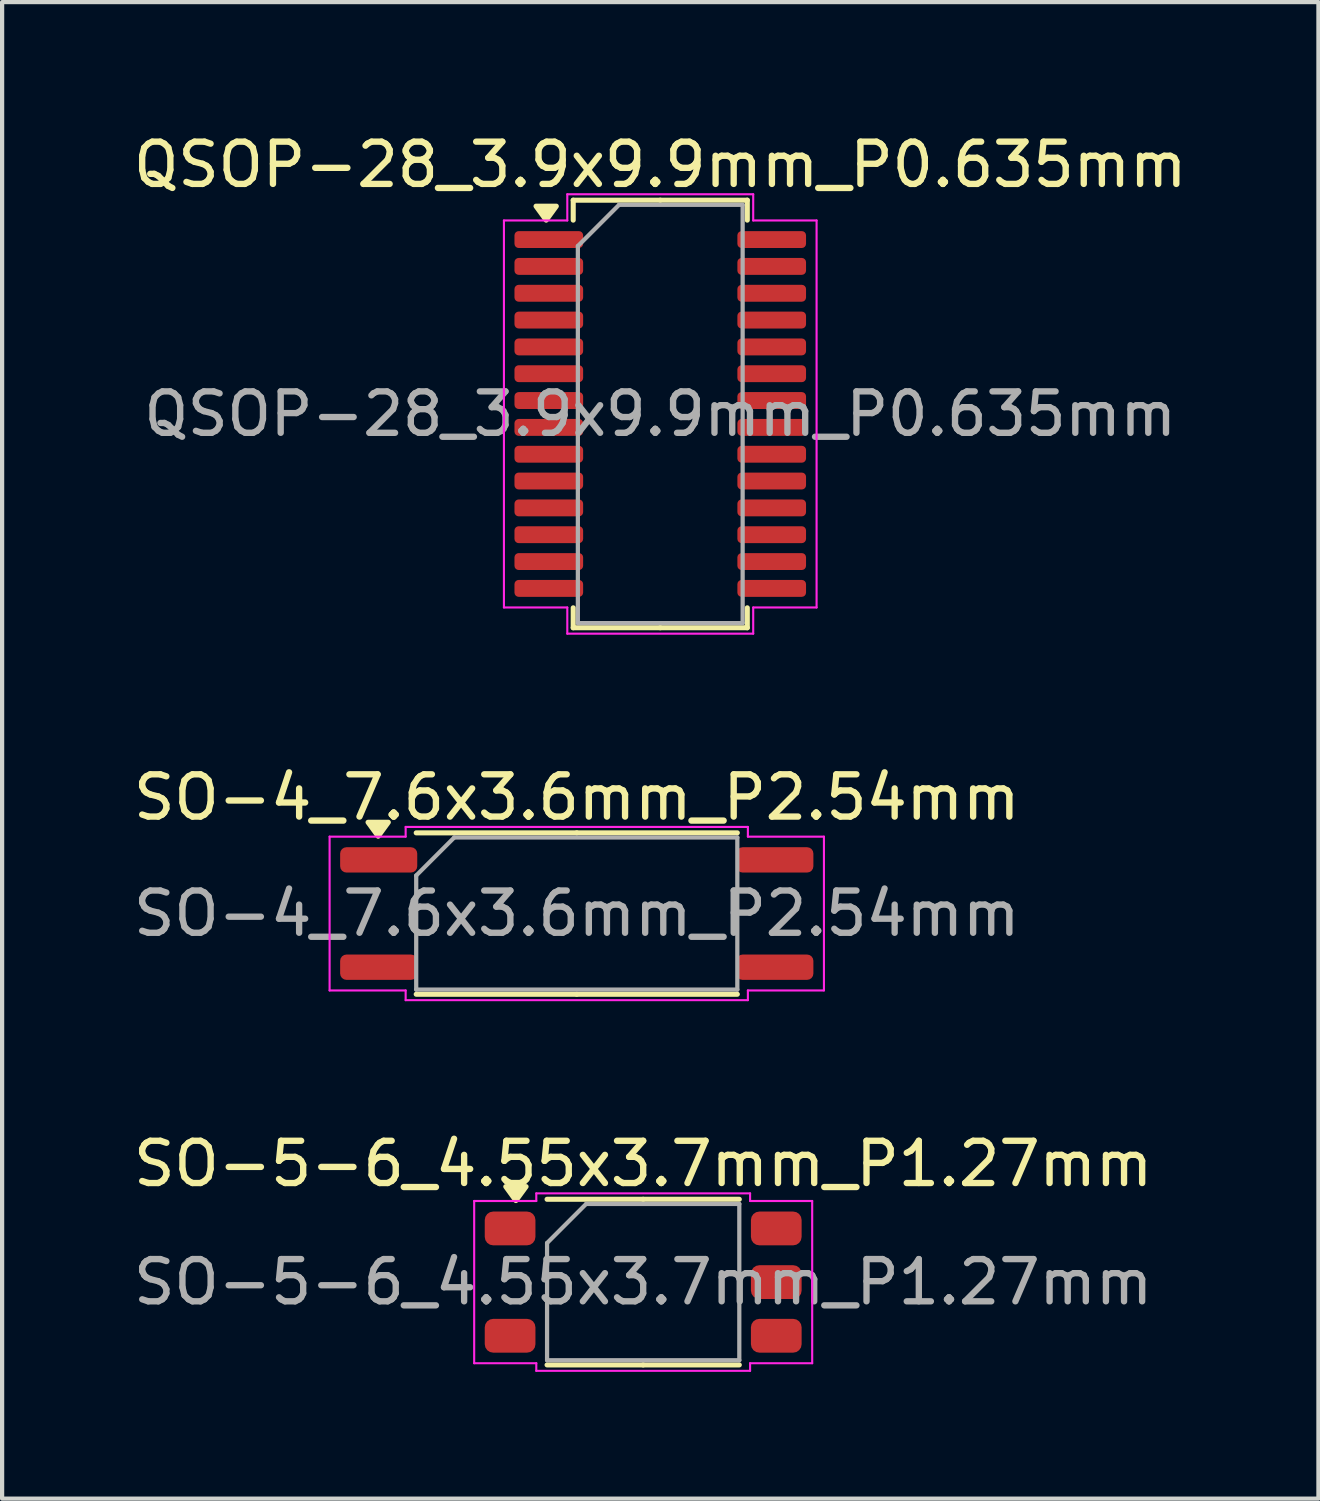
<source format=kicad_pcb>
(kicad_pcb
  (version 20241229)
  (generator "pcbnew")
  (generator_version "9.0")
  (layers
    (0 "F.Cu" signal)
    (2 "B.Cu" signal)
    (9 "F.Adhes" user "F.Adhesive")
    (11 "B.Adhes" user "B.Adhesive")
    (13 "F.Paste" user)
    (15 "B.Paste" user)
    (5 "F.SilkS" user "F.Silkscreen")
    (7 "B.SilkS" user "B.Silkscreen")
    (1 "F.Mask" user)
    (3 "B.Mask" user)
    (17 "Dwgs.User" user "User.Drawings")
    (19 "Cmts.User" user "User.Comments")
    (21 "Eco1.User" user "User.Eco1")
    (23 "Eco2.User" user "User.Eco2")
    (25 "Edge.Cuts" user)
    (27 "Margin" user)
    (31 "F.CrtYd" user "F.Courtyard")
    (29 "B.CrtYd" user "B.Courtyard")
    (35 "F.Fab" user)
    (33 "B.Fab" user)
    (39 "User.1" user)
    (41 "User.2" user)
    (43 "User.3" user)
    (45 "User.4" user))
  (footprint "SO-4_7.6x3.6mm_P2.54mm"
    (layer "F.Cu")
    (at 10.601 18.572)
    (property "Reference" "SO-4_7.6x3.6mm_P2.54mm" (at 0 -2.75 0) (layer "F.SilkS") (effects (font (size 1 1) (thickness 0.15))))
    (attr smd)
    (fp_line (start 0 -1.91) (end -3.8 -1.91) (stroke (width 0.12) (type solid)) (layer "F.SilkS"))
    (fp_line (start 0 -1.91) (end 3.8 -1.91) (stroke (width 0.12) (type solid)) (layer "F.SilkS"))
    (fp_line (start 0 1.91) (end -3.8 1.91) (stroke (width 0.12) (type solid)) (layer "F.SilkS"))
    (fp_line (start 0 1.91) (end 3.8 1.91) (stroke (width 0.12) (type solid)) (layer "F.SilkS"))
    (fp_poly (pts (xy -4.7 -1.83) (xy -4.94 -2.16) (xy -4.46 -2.16)) (stroke (width 0.12) (type solid)) (fill yes) (layer "F.SilkS"))
    (fp_line (start -5.85 -1.82) (end -4.05 -1.82) (stroke (width 0.05) (type solid)) (layer "F.CrtYd"))
    (fp_line (start -5.85 1.82) (end -5.85 -1.82) (stroke (width 0.05) (type solid)) (layer "F.CrtYd"))
    (fp_line (start -4.05 -2.05) (end 4.05 -2.05) (stroke (width 0.05) (type solid)) (layer "F.CrtYd"))
    (fp_line (start -4.05 -1.82) (end -4.05 -2.05) (stroke (width 0.05) (type solid)) (layer "F.CrtYd"))
    (fp_line (start -4.05 1.82) (end -5.85 1.82) (stroke (width 0.05) (type solid)) (layer "F.CrtYd"))
    (fp_line (start -4.05 2.05) (end -4.05 1.82) (stroke (width 0.05) (type solid)) (layer "F.CrtYd"))
    (fp_line (start 4.05 -2.05) (end 4.05 -1.82) (stroke (width 0.05) (type solid)) (layer "F.CrtYd"))
    (fp_line (start 4.05 -1.82) (end 5.85 -1.82) (stroke (width 0.05) (type solid)) (layer "F.CrtYd"))
    (fp_line (start 4.05 1.82) (end 4.05 2.05) (stroke (width 0.05) (type solid)) (layer "F.CrtYd"))
    (fp_line (start 4.05 2.05) (end -4.05 2.05) (stroke (width 0.05) (type solid)) (layer "F.CrtYd"))
    (fp_line (start 5.85 -1.82) (end 5.85 1.82) (stroke (width 0.05) (type solid)) (layer "F.CrtYd"))
    (fp_line (start 5.85 1.82) (end 4.05 1.82) (stroke (width 0.05) (type solid)) (layer "F.CrtYd"))
    (fp_line (start -3.8 -0.9) (end -2.9 -1.8) (stroke (width 0.1) (type solid)) (layer "F.Fab"))
    (fp_line (start -3.8 1.8) (end -3.8 -0.9) (stroke (width 0.1) (type solid)) (layer "F.Fab"))
    (fp_line (start -2.9 -1.8) (end 3.8 -1.8) (stroke (width 0.1) (type solid)) (layer "F.Fab"))
    (fp_line (start 3.8 -1.8) (end 3.8 1.8) (stroke (width 0.1) (type solid)) (layer "F.Fab"))
    (fp_line (start 3.8 1.8) (end -3.8 1.8) (stroke (width 0.1) (type solid)) (layer "F.Fab"))
    (fp_text user "${REFERENCE}" (at 0 0 0) (layer "F.Fab") (effects (font (size 1 1) (thickness 0.15))))
    (pad "1" smd roundrect (at -4.688 -1.27) (size 1.825 0.6) (layers "F.Cu" "F.Mask" "F.Paste") (roundrect_rratio 0.25))
    (pad "2" smd roundrect (at -4.688 1.27) (size 1.825 0.6) (layers "F.Cu" "F.Mask" "F.Paste") (roundrect_rratio 0.25))
    (pad "3" smd roundrect (at 4.688 1.27) (size 1.825 0.6) (layers "F.Cu" "F.Mask" "F.Paste") (roundrect_rratio 0.25))
    (pad "4" smd roundrect (at 4.688 -1.27) (size 1.825 0.6) (layers "F.Cu" "F.Mask" "F.Paste") (roundrect_rratio 0.25)))
  (footprint "SO-5-6_4.55x3.7mm_P1.27mm"
    (layer "F.Cu")
    (at 12.173 27.295)
    (property "Reference" "SO-5-6_4.55x3.7mm_P1.27mm" (at 0 -2.8 0) (layer "F.SilkS") (effects (font (size 1 1) (thickness 0.15))))
    (attr smd)
    (fp_line (start 0 -1.96) (end -2.275 -1.96) (stroke (width 0.12) (type solid)) (layer "F.SilkS"))
    (fp_line (start 0 -1.96) (end 2.275 -1.96) (stroke (width 0.12) (type solid)) (layer "F.SilkS"))
    (fp_line (start 0 1.96) (end -2.275 1.96) (stroke (width 0.12) (type solid)) (layer "F.SilkS"))
    (fp_line (start 0 1.96) (end 2.275 1.96) (stroke (width 0.12) (type solid)) (layer "F.SilkS"))
    (fp_poly (pts (xy -3.013 -1.93) (xy -3.252 -2.26) (xy -2.772 -2.26)) (stroke (width 0.12) (type solid)) (fill yes) (layer "F.SilkS"))
    (fp_line (start -4 -1.92) (end -2.53 -1.92) (stroke (width 0.05) (type solid)) (layer "F.CrtYd"))
    (fp_line (start -4 1.92) (end -4 -1.92) (stroke (width 0.05) (type solid)) (layer "F.CrtYd"))
    (fp_line (start -2.53 -2.1) (end 2.53 -2.1) (stroke (width 0.05) (type solid)) (layer "F.CrtYd"))
    (fp_line (start -2.53 -1.92) (end -2.53 -2.1) (stroke (width 0.05) (type solid)) (layer "F.CrtYd"))
    (fp_line (start -2.53 1.92) (end -4 1.92) (stroke (width 0.05) (type solid)) (layer "F.CrtYd"))
    (fp_line (start -2.53 2.1) (end -2.53 1.92) (stroke (width 0.05) (type solid)) (layer "F.CrtYd"))
    (fp_line (start 2.53 -2.1) (end 2.53 -1.92) (stroke (width 0.05) (type solid)) (layer "F.CrtYd"))
    (fp_line (start 2.53 -1.92) (end 4 -1.92) (stroke (width 0.05) (type solid)) (layer "F.CrtYd"))
    (fp_line (start 2.53 1.92) (end 2.53 2.1) (stroke (width 0.05) (type solid)) (layer "F.CrtYd"))
    (fp_line (start 2.53 2.1) (end -2.53 2.1) (stroke (width 0.05) (type solid)) (layer "F.CrtYd"))
    (fp_line (start 4 -1.92) (end 4 1.92) (stroke (width 0.05) (type solid)) (layer "F.CrtYd"))
    (fp_line (start 4 1.92) (end 2.53 1.92) (stroke (width 0.05) (type solid)) (layer "F.CrtYd"))
    (fp_line (start -2.275 -0.925) (end -1.35 -1.85) (stroke (width 0.1) (type solid)) (layer "F.Fab"))
    (fp_line (start -2.275 1.85) (end -2.275 -0.925) (stroke (width 0.1) (type solid)) (layer "F.Fab"))
    (fp_line (start -1.35 -1.85) (end 2.275 -1.85) (stroke (width 0.1) (type solid)) (layer "F.Fab"))
    (fp_line (start 2.275 -1.85) (end 2.275 1.85) (stroke (width 0.1) (type solid)) (layer "F.Fab"))
    (fp_line (start 2.275 1.85) (end -2.275 1.85) (stroke (width 0.1) (type solid)) (layer "F.Fab"))
    (fp_text user "${REFERENCE}" (at 0 0 0) (layer "F.Fab") (effects (font (size 1 1) (thickness 0.15))))
    (pad "1" smd roundrect (at -3.15 -1.27) (size 1.2 0.8) (layers "F.Cu" "F.Mask" "F.Paste") (roundrect_rratio 0.25))
    (pad "3" smd roundrect (at -3.15 1.27) (size 1.2 0.8) (layers "F.Cu" "F.Mask" "F.Paste") (roundrect_rratio 0.25))
    (pad "4" smd roundrect (at 3.15 1.27) (size 1.2 0.8) (layers "F.Cu" "F.Mask" "F.Paste") (roundrect_rratio 0.25))
    (pad "5" smd roundrect (at 3.15 0) (size 1.2 0.8) (layers "F.Cu" "F.Mask" "F.Paste") (roundrect_rratio 0.25))
    (pad "6" smd roundrect (at 3.15 -1.27) (size 1.2 0.8) (layers "F.Cu" "F.Mask" "F.Paste") (roundrect_rratio 0.25)))
  (footprint "QSOP-28_3.9x9.9mm_P0.635mm"
    (layer "F.Cu")
    (at 12.577 6.748)
    (property "Reference" "QSOP-28_3.9x9.9mm_P0.635mm" (at 0 -5.9 0) (layer "F.SilkS") (effects (font (size 1 1) (thickness 0.15))))
    (attr smd)
    (fp_line (start -2.06 -5.06) (end -2.06 -4.588) (stroke (width 0.12) (type solid)) (layer "F.SilkS"))
    (fp_line (start -2.06 5.06) (end -2.06 4.588) (stroke (width 0.12) (type solid)) (layer "F.SilkS"))
    (fp_line (start 0 -5.06) (end -2.06 -5.06) (stroke (width 0.12) (type solid)) (layer "F.SilkS"))
    (fp_line (start 0 -5.06) (end 2.06 -5.06) (stroke (width 0.12) (type solid)) (layer "F.SilkS"))
    (fp_line (start 0 5.06) (end -2.06 5.06) (stroke (width 0.12) (type solid)) (layer "F.SilkS"))
    (fp_line (start 0 5.06) (end 2.06 5.06) (stroke (width 0.12) (type solid)) (layer "F.SilkS"))
    (fp_line (start 2.06 -5.06) (end 2.06 -4.588) (stroke (width 0.12) (type solid)) (layer "F.SilkS"))
    (fp_line (start 2.06 5.06) (end 2.06 4.588) (stroke (width 0.12) (type solid)) (layer "F.SilkS"))
    (fp_poly (pts (xy -2.7 -4.588) (xy -2.94 -4.918) (xy -2.46 -4.918)) (stroke (width 0.12) (type solid)) (fill yes) (layer "F.SilkS"))
    (fp_line (start -3.7 -4.58) (end -2.2 -4.58) (stroke (width 0.05) (type solid)) (layer "F.CrtYd"))
    (fp_line (start -3.7 4.58) (end -3.7 -4.58) (stroke (width 0.05) (type solid)) (layer "F.CrtYd"))
    (fp_line (start -2.2 -5.2) (end 2.2 -5.2) (stroke (width 0.05) (type solid)) (layer "F.CrtYd"))
    (fp_line (start -2.2 -4.58) (end -2.2 -5.2) (stroke (width 0.05) (type solid)) (layer "F.CrtYd"))
    (fp_line (start -2.2 4.58) (end -3.7 4.58) (stroke (width 0.05) (type solid)) (layer "F.CrtYd"))
    (fp_line (start -2.2 5.2) (end -2.2 4.58) (stroke (width 0.05) (type solid)) (layer "F.CrtYd"))
    (fp_line (start 2.2 -5.2) (end 2.2 -4.58) (stroke (width 0.05) (type solid)) (layer "F.CrtYd"))
    (fp_line (start 2.2 -4.58) (end 3.7 -4.58) (stroke (width 0.05) (type solid)) (layer "F.CrtYd"))
    (fp_line (start 2.2 4.58) (end 2.2 5.2) (stroke (width 0.05) (type solid)) (layer "F.CrtYd"))
    (fp_line (start 2.2 5.2) (end -2.2 5.2) (stroke (width 0.05) (type solid)) (layer "F.CrtYd"))
    (fp_line (start 3.7 -4.58) (end 3.7 4.58) (stroke (width 0.05) (type solid)) (layer "F.CrtYd"))
    (fp_line (start 3.7 4.58) (end 2.2 4.58) (stroke (width 0.05) (type solid)) (layer "F.CrtYd"))
    (fp_line (start -1.95 -3.975) (end -0.975 -4.95) (stroke (width 0.1) (type solid)) (layer "F.Fab"))
    (fp_line (start -1.95 4.95) (end -1.95 -3.975) (stroke (width 0.1) (type solid)) (layer "F.Fab"))
    (fp_line (start -0.975 -4.95) (end 1.95 -4.95) (stroke (width 0.1) (type solid)) (layer "F.Fab"))
    (fp_line (start 1.95 -4.95) (end 1.95 4.95) (stroke (width 0.1) (type solid)) (layer "F.Fab"))
    (fp_line (start 1.95 4.95) (end -1.95 4.95) (stroke (width 0.1) (type solid)) (layer "F.Fab"))
    (fp_text user "${REFERENCE}" (at 0 0 0) (layer "F.Fab") (effects (font (size 0.98 0.98) (thickness 0.15))))
    (pad "1" smd roundrect (at -2.638 -4.128) (size 1.625 0.4) (layers "F.Cu" "F.Mask" "F.Paste") (roundrect_rratio 0.25))
    (pad "2" smd roundrect (at -2.638 -3.493) (size 1.625 0.4) (layers "F.Cu" "F.Mask" "F.Paste") (roundrect_rratio 0.25))
    (pad "3" smd roundrect (at -2.638 -2.857) (size 1.625 0.4) (layers "F.Cu" "F.Mask" "F.Paste") (roundrect_rratio 0.25))
    (pad "4" smd roundrect (at -2.638 -2.223) (size 1.625 0.4) (layers "F.Cu" "F.Mask" "F.Paste") (roundrect_rratio 0.25))
    (pad "5" smd roundrect (at -2.638 -1.587) (size 1.625 0.4) (layers "F.Cu" "F.Mask" "F.Paste") (roundrect_rratio 0.25))
    (pad "6" smd roundrect (at -2.638 -0.953) (size 1.625 0.4) (layers "F.Cu" "F.Mask" "F.Paste") (roundrect_rratio 0.25))
    (pad "7" smd roundrect (at -2.638 -0.318) (size 1.625 0.4) (layers "F.Cu" "F.Mask" "F.Paste") (roundrect_rratio 0.25))
    (pad "8" smd roundrect (at -2.638 0.318) (size 1.625 0.4) (layers "F.Cu" "F.Mask" "F.Paste") (roundrect_rratio 0.25))
    (pad "9" smd roundrect (at -2.638 0.953) (size 1.625 0.4) (layers "F.Cu" "F.Mask" "F.Paste") (roundrect_rratio 0.25))
    (pad "10" smd roundrect (at -2.638 1.587) (size 1.625 0.4) (layers "F.Cu" "F.Mask" "F.Paste") (roundrect_rratio 0.25))
    (pad "11" smd roundrect (at -2.638 2.223) (size 1.625 0.4) (layers "F.Cu" "F.Mask" "F.Paste") (roundrect_rratio 0.25))
    (pad "12" smd roundrect (at -2.638 2.857) (size 1.625 0.4) (layers "F.Cu" "F.Mask" "F.Paste") (roundrect_rratio 0.25))
    (pad "13" smd roundrect (at -2.638 3.493) (size 1.625 0.4) (layers "F.Cu" "F.Mask" "F.Paste") (roundrect_rratio 0.25))
    (pad "14" smd roundrect (at -2.638 4.128) (size 1.625 0.4) (layers "F.Cu" "F.Mask" "F.Paste") (roundrect_rratio 0.25))
    (pad "15" smd roundrect (at 2.638 4.128) (size 1.625 0.4) (layers "F.Cu" "F.Mask" "F.Paste") (roundrect_rratio 0.25))
    (pad "16" smd roundrect (at 2.638 3.493) (size 1.625 0.4) (layers "F.Cu" "F.Mask" "F.Paste") (roundrect_rratio 0.25))
    (pad "17" smd roundrect (at 2.638 2.857) (size 1.625 0.4) (layers "F.Cu" "F.Mask" "F.Paste") (roundrect_rratio 0.25))
    (pad "18" smd roundrect (at 2.638 2.223) (size 1.625 0.4) (layers "F.Cu" "F.Mask" "F.Paste") (roundrect_rratio 0.25))
    (pad "19" smd roundrect (at 2.638 1.587) (size 1.625 0.4) (layers "F.Cu" "F.Mask" "F.Paste") (roundrect_rratio 0.25))
    (pad "20" smd roundrect (at 2.638 0.953) (size 1.625 0.4) (layers "F.Cu" "F.Mask" "F.Paste") (roundrect_rratio 0.25))
    (pad "21" smd roundrect (at 2.638 0.318) (size 1.625 0.4) (layers "F.Cu" "F.Mask" "F.Paste") (roundrect_rratio 0.25))
    (pad "22" smd roundrect (at 2.638 -0.318) (size 1.625 0.4) (layers "F.Cu" "F.Mask" "F.Paste") (roundrect_rratio 0.25))
    (pad "23" smd roundrect (at 2.638 -0.953) (size 1.625 0.4) (layers "F.Cu" "F.Mask" "F.Paste") (roundrect_rratio 0.25))
    (pad "24" smd roundrect (at 2.638 -1.587) (size 1.625 0.4) (layers "F.Cu" "F.Mask" "F.Paste") (roundrect_rratio 0.25))
    (pad "25" smd roundrect (at 2.638 -2.223) (size 1.625 0.4) (layers "F.Cu" "F.Mask" "F.Paste") (roundrect_rratio 0.25))
    (pad "26" smd roundrect (at 2.638 -2.857) (size 1.625 0.4) (layers "F.Cu" "F.Mask" "F.Paste") (roundrect_rratio 0.25))
    (pad "27" smd roundrect (at 2.638 -3.493) (size 1.625 0.4) (layers "F.Cu" "F.Mask" "F.Paste") (roundrect_rratio 0.25))
    (pad "28" smd roundrect (at 2.638 -4.128) (size 1.625 0.4) (layers "F.Cu" "F.Mask" "F.Paste") (roundrect_rratio 0.25)))
  (gr_rect
    (start -3 -3)
    (end 28.155 32.42)
    (stroke (width 0.1) (type default))
    (fill no)
    (layer "Edge.Cuts")))
</source>
